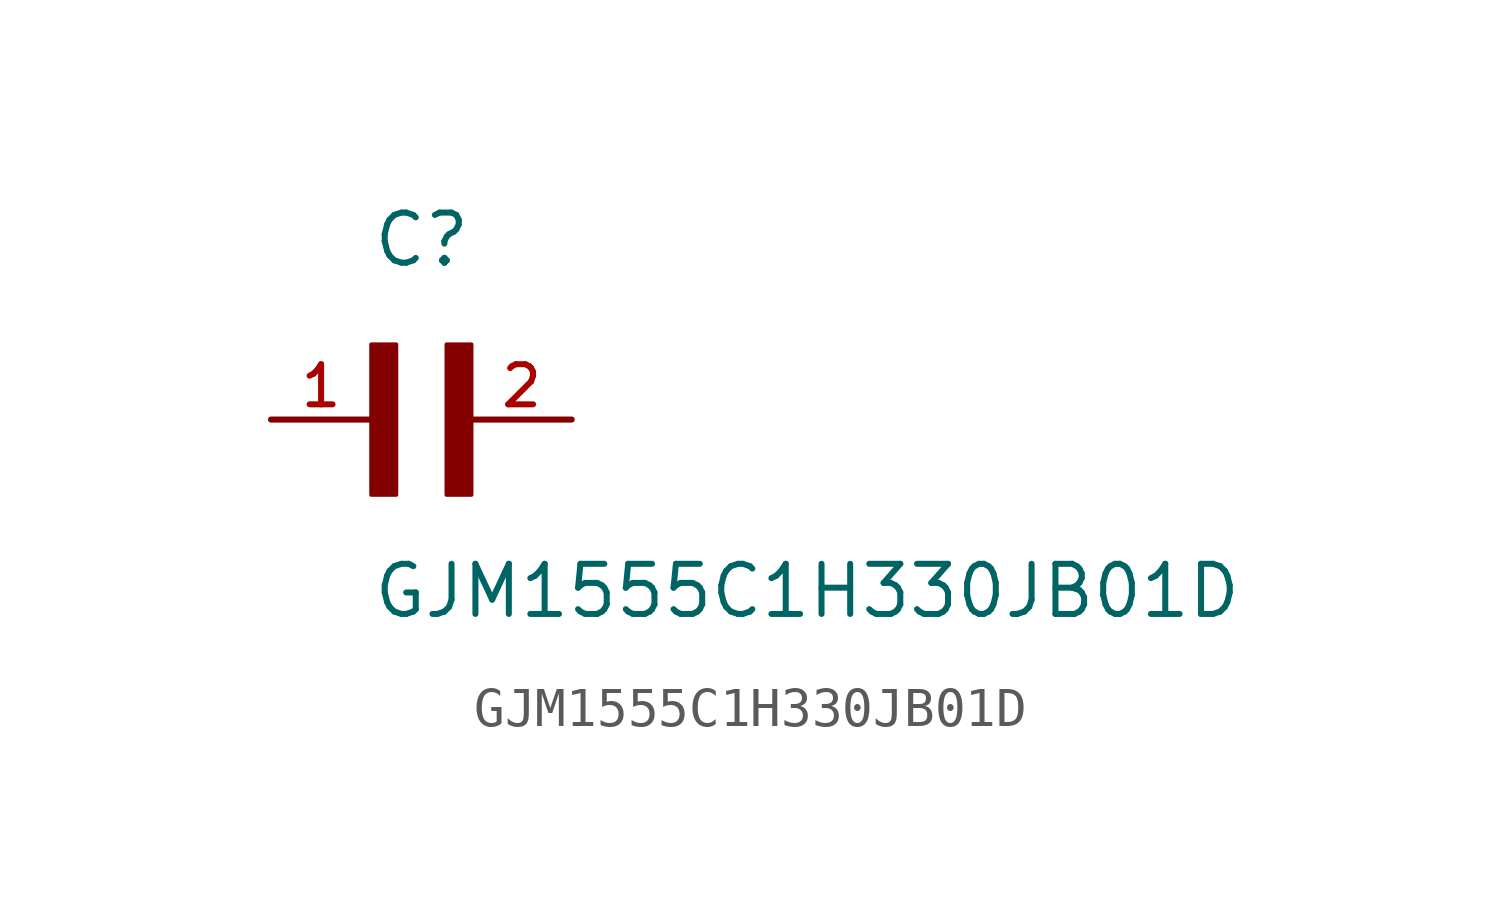
<source format=kicad_sym>
(kicad_symbol_lib
  (version 20211014)
  (generator kicad_symbol_editor)
  (symbol "GJM1555C1H330JB01D"
    (pin_names
      (offset 1.016))
    (property "Reference" "C"
      (at 0.0 3.811 0)
      (effects (font (size 1.27 1.27)) (justify bottom left)))
    (property "Value" "GJM1555C1H330JB01D"
      (at 0.0 -5.088 0)
      (effects (font (size 1.27 1.27)) (justify bottom left)))
    (symbol "GJM1555C1H330JB01D_0_0"
      (rectangle (start 0.0 -1.907) (end 0.635 1.905) (stroke (width 0.1)) (fill (type outline)))
      (rectangle (start 1.907 -1.907) (end 2.54 1.905) (stroke (width 0.1)) (fill (type outline)))
      (pin passive line (at 5.08 0.0 180.0) (length 2.54) (name "~" (effects (font (size 1.016 1.016)))) (number "2" (effects (font (size 1.016 1.016)))))
      (pin passive line (at -2.54 0.0 0) (length 2.54) (name "~" (effects (font (size 1.016 1.016)))) (number "1" (effects (font (size 1.016 1.016))))))))
</source>
